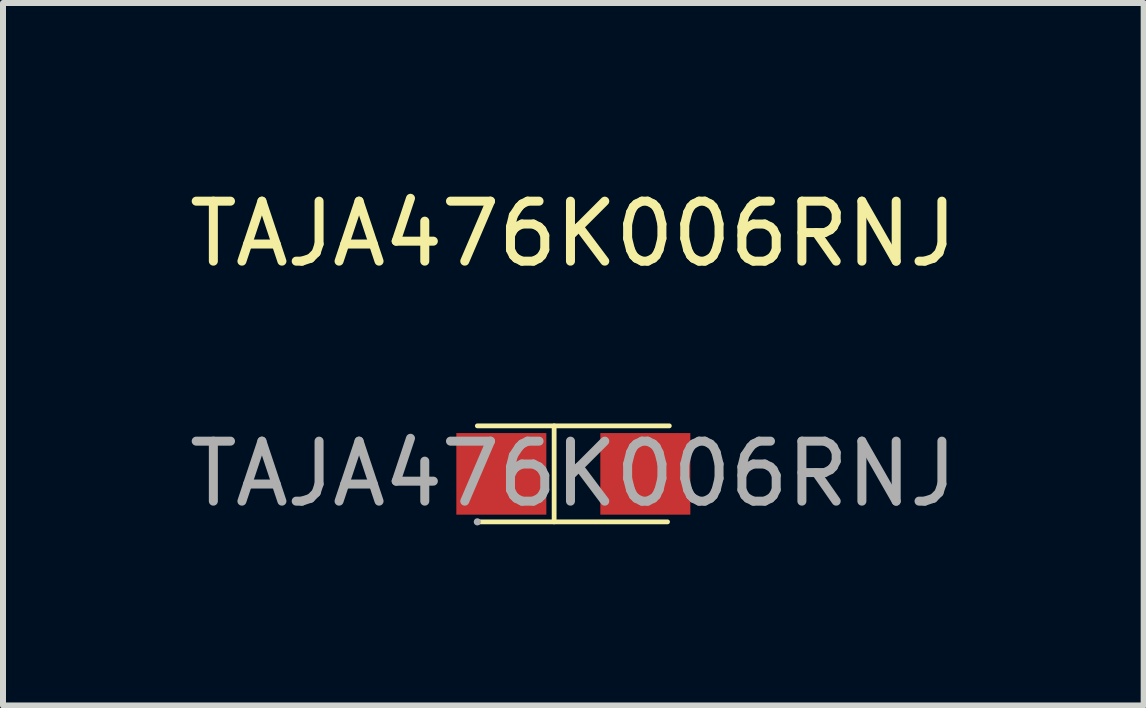
<source format=kicad_pcb>
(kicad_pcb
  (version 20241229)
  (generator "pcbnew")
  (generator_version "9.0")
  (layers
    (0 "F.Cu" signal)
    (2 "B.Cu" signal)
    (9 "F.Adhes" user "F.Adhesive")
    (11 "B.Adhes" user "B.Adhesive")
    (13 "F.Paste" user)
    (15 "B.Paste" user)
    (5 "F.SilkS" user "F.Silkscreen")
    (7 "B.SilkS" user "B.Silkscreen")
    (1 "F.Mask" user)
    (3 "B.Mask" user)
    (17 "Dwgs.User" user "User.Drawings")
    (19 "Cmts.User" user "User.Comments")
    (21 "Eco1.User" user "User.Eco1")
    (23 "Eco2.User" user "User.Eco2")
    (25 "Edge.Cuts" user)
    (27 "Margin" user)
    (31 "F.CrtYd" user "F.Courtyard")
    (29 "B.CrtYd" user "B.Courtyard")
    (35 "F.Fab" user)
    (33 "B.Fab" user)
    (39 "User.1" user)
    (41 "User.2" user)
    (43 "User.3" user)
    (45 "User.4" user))
  (footprint "TAJA476K006RNJ"
    (layer "F.Cu")
    (at 6.506 4.848)
    (property "Reference" "TAJA476K006RNJ" (at 0 -4 0) (layer "F.SilkS") (effects (font (size 1 1) (thickness 0.15))))
    (attr smd)
    (fp_line (start -1.6 -0.8) (end 1.6 -0.8) (stroke (width 0.08) (type solid)) (layer "F.SilkS"))
    (fp_line (start -1.58 0.8) (end 1.57 0.8) (stroke (width 0.08) (type solid)) (layer "F.SilkS"))
    (fp_line (start -0.32 0.8) (end -0.32 -0.8) (stroke (width 0.08) (type solid)) (layer "F.SilkS"))
    (fp_circle (center -1.6 0.8) (end -1.57 0.8) (stroke (width 0.06) (type solid)) (fill no) (layer "F.Fab"))
    (fp_text user "${REFERENCE}" (at 0 0 0) (layer "F.Fab") (effects (font (size 1 1) (thickness 0.15))))
    (pad "1" smd rect (at -1.2 0) (size 1.5 1.36) (layers "F.Cu" "F.Mask" "F.Paste"))
    (pad "2" smd rect (at 1.2 0) (size 1.5 1.36) (layers "F.Cu" "F.Mask" "F.Paste")))
  (gr_rect
    (start -3 -3)
    (end 16.012 8.708)
    (stroke (width 0.1) (type default))
    (fill no)
    (layer "Edge.Cuts")))
</source>
